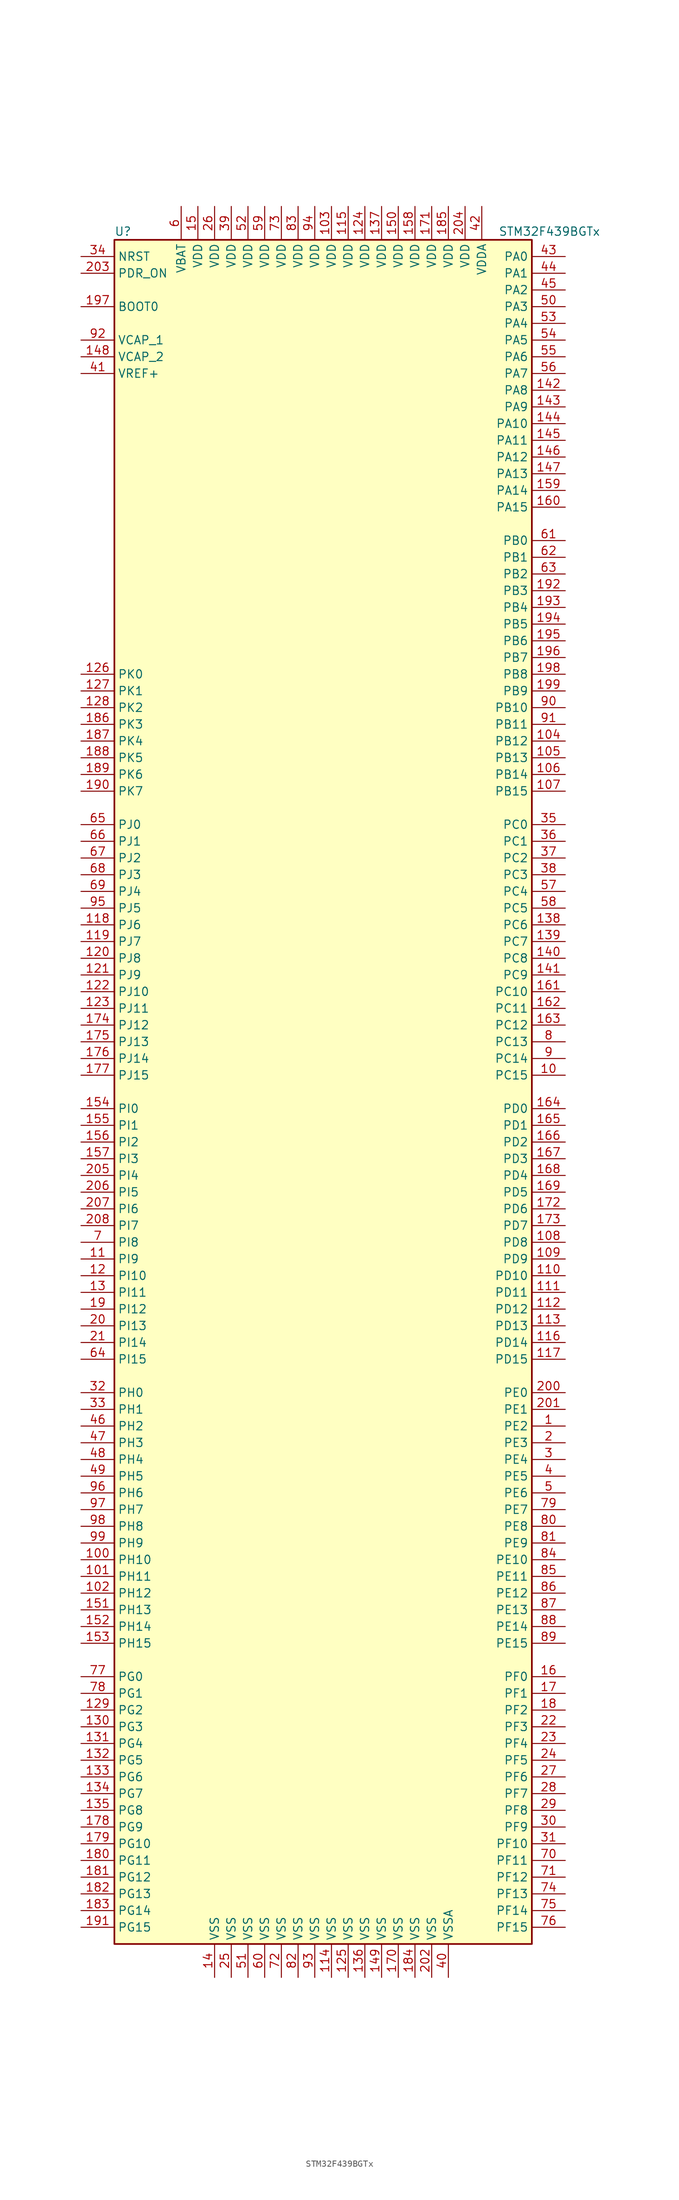
<source format=kicad_sym>
(kicad_symbol_lib
  (version 20201005)
  (generator kicad_symbol_editor)
  (symbol "STM32F439BGTx"
    (property "Reference" "U"
      (at -33.02 130.81 0)
      (effects (font (size 1.27 1.27)) (justify left)))
    (property "Value" "STM32F439BGTx"
      (at 25.4 130.81 0)
      (effects (font (size 1.27 1.27)) (justify left)))
    (symbol "STM32F439BGTx_0_1"
      (rectangle (start -33.02 -129.54) (end 30.48 129.54) (stroke (width 0.254)) (fill (type background))))
    (symbol "STM32F439BGTx_1_1"
      (pin bidirectional line (at 35.56 -50.8 180) (length 5.08) (name "PE2" (effects (font (size 1.27 1.27)))) (number "1" (effects (font (size 1.27 1.27)))))
      (pin bidirectional line (at 35.56 2.54 180) (length 5.08) (name "PC15" (effects (font (size 1.27 1.27)))) (number "10" (effects (font (size 1.27 1.27)))))
      (pin bidirectional line (at -38.1 -71.12 0) (length 5.08) (name "PH10" (effects (font (size 1.27 1.27)))) (number "100" (effects (font (size 1.27 1.27)))))
      (pin bidirectional line (at -38.1 -73.66 0) (length 5.08) (name "PH11" (effects (font (size 1.27 1.27)))) (number "101" (effects (font (size 1.27 1.27)))))
      (pin bidirectional line (at -38.1 -76.2 0) (length 5.08) (name "PH12" (effects (font (size 1.27 1.27)))) (number "102" (effects (font (size 1.27 1.27)))))
      (pin power_in line (at 0 134.62 270) (length 5.08) (name "VDD" (effects (font (size 1.27 1.27)))) (number "103" (effects (font (size 1.27 1.27)))))
      (pin bidirectional line (at 35.56 53.34 180) (length 5.08) (name "PB12" (effects (font (size 1.27 1.27)))) (number "104" (effects (font (size 1.27 1.27)))))
      (pin bidirectional line (at 35.56 50.8 180) (length 5.08) (name "PB13" (effects (font (size 1.27 1.27)))) (number "105" (effects (font (size 1.27 1.27)))))
      (pin bidirectional line (at 35.56 48.26 180) (length 5.08) (name "PB14" (effects (font (size 1.27 1.27)))) (number "106" (effects (font (size 1.27 1.27)))))
      (pin bidirectional line (at 35.56 45.72 180) (length 5.08) (name "PB15" (effects (font (size 1.27 1.27)))) (number "107" (effects (font (size 1.27 1.27)))))
      (pin bidirectional line (at 35.56 -22.86 180) (length 5.08) (name "PD8" (effects (font (size 1.27 1.27)))) (number "108" (effects (font (size 1.27 1.27)))))
      (pin bidirectional line (at 35.56 -25.4 180) (length 5.08) (name "PD9" (effects (font (size 1.27 1.27)))) (number "109" (effects (font (size 1.27 1.27)))))
      (pin bidirectional line (at -38.1 -25.4 0) (length 5.08) (name "PI9" (effects (font (size 1.27 1.27)))) (number "11" (effects (font (size 1.27 1.27)))))
      (pin bidirectional line (at 35.56 -27.94 180) (length 5.08) (name "PD10" (effects (font (size 1.27 1.27)))) (number "110" (effects (font (size 1.27 1.27)))))
      (pin bidirectional line (at 35.56 -30.48 180) (length 5.08) (name "PD11" (effects (font (size 1.27 1.27)))) (number "111" (effects (font (size 1.27 1.27)))))
      (pin bidirectional line (at 35.56 -33.02 180) (length 5.08) (name "PD12" (effects (font (size 1.27 1.27)))) (number "112" (effects (font (size 1.27 1.27)))))
      (pin bidirectional line (at 35.56 -35.56 180) (length 5.08) (name "PD13" (effects (font (size 1.27 1.27)))) (number "113" (effects (font (size 1.27 1.27)))))
      (pin power_in line (at 0 -134.62 90) (length 5.08) (name "VSS" (effects (font (size 1.27 1.27)))) (number "114" (effects (font (size 1.27 1.27)))))
      (pin power_in line (at 2.54 134.62 270) (length 5.08) (name "VDD" (effects (font (size 1.27 1.27)))) (number "115" (effects (font (size 1.27 1.27)))))
      (pin bidirectional line (at 35.56 -38.1 180) (length 5.08) (name "PD14" (effects (font (size 1.27 1.27)))) (number "116" (effects (font (size 1.27 1.27)))))
      (pin bidirectional line (at 35.56 -40.64 180) (length 5.08) (name "PD15" (effects (font (size 1.27 1.27)))) (number "117" (effects (font (size 1.27 1.27)))))
      (pin bidirectional line (at -38.1 25.4 0) (length 5.08) (name "PJ6" (effects (font (size 1.27 1.27)))) (number "118" (effects (font (size 1.27 1.27)))))
      (pin bidirectional line (at -38.1 22.86 0) (length 5.08) (name "PJ7" (effects (font (size 1.27 1.27)))) (number "119" (effects (font (size 1.27 1.27)))))
      (pin bidirectional line (at -38.1 -27.94 0) (length 5.08) (name "PI10" (effects (font (size 1.27 1.27)))) (number "12" (effects (font (size 1.27 1.27)))))
      (pin bidirectional line (at -38.1 20.32 0) (length 5.08) (name "PJ8" (effects (font (size 1.27 1.27)))) (number "120" (effects (font (size 1.27 1.27)))))
      (pin bidirectional line (at -38.1 17.78 0) (length 5.08) (name "PJ9" (effects (font (size 1.27 1.27)))) (number "121" (effects (font (size 1.27 1.27)))))
      (pin bidirectional line (at -38.1 15.24 0) (length 5.08) (name "PJ10" (effects (font (size 1.27 1.27)))) (number "122" (effects (font (size 1.27 1.27)))))
      (pin bidirectional line (at -38.1 12.7 0) (length 5.08) (name "PJ11" (effects (font (size 1.27 1.27)))) (number "123" (effects (font (size 1.27 1.27)))))
      (pin power_in line (at 5.08 134.62 270) (length 5.08) (name "VDD" (effects (font (size 1.27 1.27)))) (number "124" (effects (font (size 1.27 1.27)))))
      (pin power_in line (at 2.54 -134.62 90) (length 5.08) (name "VSS" (effects (font (size 1.27 1.27)))) (number "125" (effects (font (size 1.27 1.27)))))
      (pin bidirectional line (at -38.1 63.5 0) (length 5.08) (name "PK0" (effects (font (size 1.27 1.27)))) (number "126" (effects (font (size 1.27 1.27)))))
      (pin bidirectional line (at -38.1 60.96 0) (length 5.08) (name "PK1" (effects (font (size 1.27 1.27)))) (number "127" (effects (font (size 1.27 1.27)))))
      (pin bidirectional line (at -38.1 58.42 0) (length 5.08) (name "PK2" (effects (font (size 1.27 1.27)))) (number "128" (effects (font (size 1.27 1.27)))))
      (pin bidirectional line (at -38.1 -93.98 0) (length 5.08) (name "PG2" (effects (font (size 1.27 1.27)))) (number "129" (effects (font (size 1.27 1.27)))))
      (pin bidirectional line (at -38.1 -30.48 0) (length 5.08) (name "PI11" (effects (font (size 1.27 1.27)))) (number "13" (effects (font (size 1.27 1.27)))))
      (pin bidirectional line (at -38.1 -96.52 0) (length 5.08) (name "PG3" (effects (font (size 1.27 1.27)))) (number "130" (effects (font (size 1.27 1.27)))))
      (pin bidirectional line (at -38.1 -99.06 0) (length 5.08) (name "PG4" (effects (font (size 1.27 1.27)))) (number "131" (effects (font (size 1.27 1.27)))))
      (pin bidirectional line (at -38.1 -101.6 0) (length 5.08) (name "PG5" (effects (font (size 1.27 1.27)))) (number "132" (effects (font (size 1.27 1.27)))))
      (pin bidirectional line (at -38.1 -104.14 0) (length 5.08) (name "PG6" (effects (font (size 1.27 1.27)))) (number "133" (effects (font (size 1.27 1.27)))))
      (pin bidirectional line (at -38.1 -106.68 0) (length 5.08) (name "PG7" (effects (font (size 1.27 1.27)))) (number "134" (effects (font (size 1.27 1.27)))))
      (pin bidirectional line (at -38.1 -109.22 0) (length 5.08) (name "PG8" (effects (font (size 1.27 1.27)))) (number "135" (effects (font (size 1.27 1.27)))))
      (pin power_in line (at 5.08 -134.62 90) (length 5.08) (name "VSS" (effects (font (size 1.27 1.27)))) (number "136" (effects (font (size 1.27 1.27)))))
      (pin power_in line (at 7.62 134.62 270) (length 5.08) (name "VDD" (effects (font (size 1.27 1.27)))) (number "137" (effects (font (size 1.27 1.27)))))
      (pin bidirectional line (at 35.56 25.4 180) (length 5.08) (name "PC6" (effects (font (size 1.27 1.27)))) (number "138" (effects (font (size 1.27 1.27)))))
      (pin bidirectional line (at 35.56 22.86 180) (length 5.08) (name "PC7" (effects (font (size 1.27 1.27)))) (number "139" (effects (font (size 1.27 1.27)))))
      (pin power_in line (at -17.78 -134.62 90) (length 5.08) (name "VSS" (effects (font (size 1.27 1.27)))) (number "14" (effects (font (size 1.27 1.27)))))
      (pin bidirectional line (at 35.56 20.32 180) (length 5.08) (name "PC8" (effects (font (size 1.27 1.27)))) (number "140" (effects (font (size 1.27 1.27)))))
      (pin bidirectional line (at 35.56 17.78 180) (length 5.08) (name "PC9" (effects (font (size 1.27 1.27)))) (number "141" (effects (font (size 1.27 1.27)))))
      (pin bidirectional line (at 35.56 106.68 180) (length 5.08) (name "PA8" (effects (font (size 1.27 1.27)))) (number "142" (effects (font (size 1.27 1.27)))))
      (pin bidirectional line (at 35.56 104.14 180) (length 5.08) (name "PA9" (effects (font (size 1.27 1.27)))) (number "143" (effects (font (size 1.27 1.27)))))
      (pin bidirectional line (at 35.56 101.6 180) (length 5.08) (name "PA10" (effects (font (size 1.27 1.27)))) (number "144" (effects (font (size 1.27 1.27)))))
      (pin bidirectional line (at 35.56 99.06 180) (length 5.08) (name "PA11" (effects (font (size 1.27 1.27)))) (number "145" (effects (font (size 1.27 1.27)))))
      (pin bidirectional line (at 35.56 96.52 180) (length 5.08) (name "PA12" (effects (font (size 1.27 1.27)))) (number "146" (effects (font (size 1.27 1.27)))))
      (pin bidirectional line (at 35.56 93.98 180) (length 5.08) (name "PA13" (effects (font (size 1.27 1.27)))) (number "147" (effects (font (size 1.27 1.27)))))
      (pin power_in line (at -38.1 111.76 0) (length 5.08) (name "VCAP_2" (effects (font (size 1.27 1.27)))) (number "148" (effects (font (size 1.27 1.27)))))
      (pin power_in line (at 7.62 -134.62 90) (length 5.08) (name "VSS" (effects (font (size 1.27 1.27)))) (number "149" (effects (font (size 1.27 1.27)))))
      (pin power_in line (at -20.32 134.62 270) (length 5.08) (name "VDD" (effects (font (size 1.27 1.27)))) (number "15" (effects (font (size 1.27 1.27)))))
      (pin power_in line (at 10.16 134.62 270) (length 5.08) (name "VDD" (effects (font (size 1.27 1.27)))) (number "150" (effects (font (size 1.27 1.27)))))
      (pin bidirectional line (at -38.1 -78.74 0) (length 5.08) (name "PH13" (effects (font (size 1.27 1.27)))) (number "151" (effects (font (size 1.27 1.27)))))
      (pin bidirectional line (at -38.1 -81.28 0) (length 5.08) (name "PH14" (effects (font (size 1.27 1.27)))) (number "152" (effects (font (size 1.27 1.27)))))
      (pin bidirectional line (at -38.1 -83.82 0) (length 5.08) (name "PH15" (effects (font (size 1.27 1.27)))) (number "153" (effects (font (size 1.27 1.27)))))
      (pin bidirectional line (at -38.1 -2.54 0) (length 5.08) (name "PI0" (effects (font (size 1.27 1.27)))) (number "154" (effects (font (size 1.27 1.27)))))
      (pin bidirectional line (at -38.1 -5.08 0) (length 5.08) (name "PI1" (effects (font (size 1.27 1.27)))) (number "155" (effects (font (size 1.27 1.27)))))
      (pin bidirectional line (at -38.1 -7.62 0) (length 5.08) (name "PI2" (effects (font (size 1.27 1.27)))) (number "156" (effects (font (size 1.27 1.27)))))
      (pin bidirectional line (at -38.1 -10.16 0) (length 5.08) (name "PI3" (effects (font (size 1.27 1.27)))) (number "157" (effects (font (size 1.27 1.27)))))
      (pin power_in line (at 12.7 134.62 270) (length 5.08) (name "VDD" (effects (font (size 1.27 1.27)))) (number "158" (effects (font (size 1.27 1.27)))))
      (pin bidirectional line (at 35.56 91.44 180) (length 5.08) (name "PA14" (effects (font (size 1.27 1.27)))) (number "159" (effects (font (size 1.27 1.27)))))
      (pin bidirectional line (at 35.56 -88.9 180) (length 5.08) (name "PF0" (effects (font (size 1.27 1.27)))) (number "16" (effects (font (size 1.27 1.27)))))
      (pin bidirectional line (at 35.56 88.9 180) (length 5.08) (name "PA15" (effects (font (size 1.27 1.27)))) (number "160" (effects (font (size 1.27 1.27)))))
      (pin bidirectional line (at 35.56 15.24 180) (length 5.08) (name "PC10" (effects (font (size 1.27 1.27)))) (number "161" (effects (font (size 1.27 1.27)))))
      (pin bidirectional line (at 35.56 12.7 180) (length 5.08) (name "PC11" (effects (font (size 1.27 1.27)))) (number "162" (effects (font (size 1.27 1.27)))))
      (pin bidirectional line (at 35.56 10.16 180) (length 5.08) (name "PC12" (effects (font (size 1.27 1.27)))) (number "163" (effects (font (size 1.27 1.27)))))
      (pin bidirectional line (at 35.56 -2.54 180) (length 5.08) (name "PD0" (effects (font (size 1.27 1.27)))) (number "164" (effects (font (size 1.27 1.27)))))
      (pin bidirectional line (at 35.56 -5.08 180) (length 5.08) (name "PD1" (effects (font (size 1.27 1.27)))) (number "165" (effects (font (size 1.27 1.27)))))
      (pin bidirectional line (at 35.56 -7.62 180) (length 5.08) (name "PD2" (effects (font (size 1.27 1.27)))) (number "166" (effects (font (size 1.27 1.27)))))
      (pin bidirectional line (at 35.56 -10.16 180) (length 5.08) (name "PD3" (effects (font (size 1.27 1.27)))) (number "167" (effects (font (size 1.27 1.27)))))
      (pin bidirectional line (at 35.56 -12.7 180) (length 5.08) (name "PD4" (effects (font (size 1.27 1.27)))) (number "168" (effects (font (size 1.27 1.27)))))
      (pin bidirectional line (at 35.56 -15.24 180) (length 5.08) (name "PD5" (effects (font (size 1.27 1.27)))) (number "169" (effects (font (size 1.27 1.27)))))
      (pin bidirectional line (at 35.56 -91.44 180) (length 5.08) (name "PF1" (effects (font (size 1.27 1.27)))) (number "17" (effects (font (size 1.27 1.27)))))
      (pin power_in line (at 10.16 -134.62 90) (length 5.08) (name "VSS" (effects (font (size 1.27 1.27)))) (number "170" (effects (font (size 1.27 1.27)))))
      (pin power_in line (at 15.24 134.62 270) (length 5.08) (name "VDD" (effects (font (size 1.27 1.27)))) (number "171" (effects (font (size 1.27 1.27)))))
      (pin bidirectional line (at 35.56 -17.78 180) (length 5.08) (name "PD6" (effects (font (size 1.27 1.27)))) (number "172" (effects (font (size 1.27 1.27)))))
      (pin bidirectional line (at 35.56 -20.32 180) (length 5.08) (name "PD7" (effects (font (size 1.27 1.27)))) (number "173" (effects (font (size 1.27 1.27)))))
      (pin bidirectional line (at -38.1 10.16 0) (length 5.08) (name "PJ12" (effects (font (size 1.27 1.27)))) (number "174" (effects (font (size 1.27 1.27)))))
      (pin bidirectional line (at -38.1 7.62 0) (length 5.08) (name "PJ13" (effects (font (size 1.27 1.27)))) (number "175" (effects (font (size 1.27 1.27)))))
      (pin bidirectional line (at -38.1 5.08 0) (length 5.08) (name "PJ14" (effects (font (size 1.27 1.27)))) (number "176" (effects (font (size 1.27 1.27)))))
      (pin bidirectional line (at -38.1 2.54 0) (length 5.08) (name "PJ15" (effects (font (size 1.27 1.27)))) (number "177" (effects (font (size 1.27 1.27)))))
      (pin bidirectional line (at -38.1 -111.76 0) (length 5.08) (name "PG9" (effects (font (size 1.27 1.27)))) (number "178" (effects (font (size 1.27 1.27)))))
      (pin bidirectional line (at -38.1 -114.3 0) (length 5.08) (name "PG10" (effects (font (size 1.27 1.27)))) (number "179" (effects (font (size 1.27 1.27)))))
      (pin bidirectional line (at 35.56 -93.98 180) (length 5.08) (name "PF2" (effects (font (size 1.27 1.27)))) (number "18" (effects (font (size 1.27 1.27)))))
      (pin bidirectional line (at -38.1 -116.84 0) (length 5.08) (name "PG11" (effects (font (size 1.27 1.27)))) (number "180" (effects (font (size 1.27 1.27)))))
      (pin bidirectional line (at -38.1 -119.38 0) (length 5.08) (name "PG12" (effects (font (size 1.27 1.27)))) (number "181" (effects (font (size 1.27 1.27)))))
      (pin bidirectional line (at -38.1 -121.92 0) (length 5.08) (name "PG13" (effects (font (size 1.27 1.27)))) (number "182" (effects (font (size 1.27 1.27)))))
      (pin bidirectional line (at -38.1 -124.46 0) (length 5.08) (name "PG14" (effects (font (size 1.27 1.27)))) (number "183" (effects (font (size 1.27 1.27)))))
      (pin power_in line (at 12.7 -134.62 90) (length 5.08) (name "VSS" (effects (font (size 1.27 1.27)))) (number "184" (effects (font (size 1.27 1.27)))))
      (pin power_in line (at 17.78 134.62 270) (length 5.08) (name "VDD" (effects (font (size 1.27 1.27)))) (number "185" (effects (font (size 1.27 1.27)))))
      (pin bidirectional line (at -38.1 55.88 0) (length 5.08) (name "PK3" (effects (font (size 1.27 1.27)))) (number "186" (effects (font (size 1.27 1.27)))))
      (pin bidirectional line (at -38.1 53.34 0) (length 5.08) (name "PK4" (effects (font (size 1.27 1.27)))) (number "187" (effects (font (size 1.27 1.27)))))
      (pin bidirectional line (at -38.1 50.8 0) (length 5.08) (name "PK5" (effects (font (size 1.27 1.27)))) (number "188" (effects (font (size 1.27 1.27)))))
      (pin bidirectional line (at -38.1 48.26 0) (length 5.08) (name "PK6" (effects (font (size 1.27 1.27)))) (number "189" (effects (font (size 1.27 1.27)))))
      (pin bidirectional line (at -38.1 -33.02 0) (length 5.08) (name "PI12" (effects (font (size 1.27 1.27)))) (number "19" (effects (font (size 1.27 1.27)))))
      (pin bidirectional line (at -38.1 45.72 0) (length 5.08) (name "PK7" (effects (font (size 1.27 1.27)))) (number "190" (effects (font (size 1.27 1.27)))))
      (pin bidirectional line (at -38.1 -127 0) (length 5.08) (name "PG15" (effects (font (size 1.27 1.27)))) (number "191" (effects (font (size 1.27 1.27)))))
      (pin bidirectional line (at 35.56 76.2 180) (length 5.08) (name "PB3" (effects (font (size 1.27 1.27)))) (number "192" (effects (font (size 1.27 1.27)))))
      (pin bidirectional line (at 35.56 73.66 180) (length 5.08) (name "PB4" (effects (font (size 1.27 1.27)))) (number "193" (effects (font (size 1.27 1.27)))))
      (pin bidirectional line (at 35.56 71.12 180) (length 5.08) (name "PB5" (effects (font (size 1.27 1.27)))) (number "194" (effects (font (size 1.27 1.27)))))
      (pin bidirectional line (at 35.56 68.58 180) (length 5.08) (name "PB6" (effects (font (size 1.27 1.27)))) (number "195" (effects (font (size 1.27 1.27)))))
      (pin bidirectional line (at 35.56 66.04 180) (length 5.08) (name "PB7" (effects (font (size 1.27 1.27)))) (number "196" (effects (font (size 1.27 1.27)))))
      (pin input line (at -38.1 119.38 0) (length 5.08) (name "BOOT0" (effects (font (size 1.27 1.27)))) (number "197" (effects (font (size 1.27 1.27)))))
      (pin bidirectional line (at 35.56 63.5 180) (length 5.08) (name "PB8" (effects (font (size 1.27 1.27)))) (number "198" (effects (font (size 1.27 1.27)))))
      (pin bidirectional line (at 35.56 60.96 180) (length 5.08) (name "PB9" (effects (font (size 1.27 1.27)))) (number "199" (effects (font (size 1.27 1.27)))))
      (pin bidirectional line (at 35.56 -53.34 180) (length 5.08) (name "PE3" (effects (font (size 1.27 1.27)))) (number "2" (effects (font (size 1.27 1.27)))))
      (pin bidirectional line (at -38.1 -35.56 0) (length 5.08) (name "PI13" (effects (font (size 1.27 1.27)))) (number "20" (effects (font (size 1.27 1.27)))))
      (pin bidirectional line (at 35.56 -45.72 180) (length 5.08) (name "PE0" (effects (font (size 1.27 1.27)))) (number "200" (effects (font (size 1.27 1.27)))))
      (pin bidirectional line (at 35.56 -48.26 180) (length 5.08) (name "PE1" (effects (font (size 1.27 1.27)))) (number "201" (effects (font (size 1.27 1.27)))))
      (pin power_in line (at 15.24 -134.62 90) (length 5.08) (name "VSS" (effects (font (size 1.27 1.27)))) (number "202" (effects (font (size 1.27 1.27)))))
      (pin input line (at -38.1 124.46 0) (length 5.08) (name "PDR_ON" (effects (font (size 1.27 1.27)))) (number "203" (effects (font (size 1.27 1.27)))))
      (pin power_in line (at 20.32 134.62 270) (length 5.08) (name "VDD" (effects (font (size 1.27 1.27)))) (number "204" (effects (font (size 1.27 1.27)))))
      (pin bidirectional line (at -38.1 -12.7 0) (length 5.08) (name "PI4" (effects (font (size 1.27 1.27)))) (number "205" (effects (font (size 1.27 1.27)))))
      (pin bidirectional line (at -38.1 -15.24 0) (length 5.08) (name "PI5" (effects (font (size 1.27 1.27)))) (number "206" (effects (font (size 1.27 1.27)))))
      (pin bidirectional line (at -38.1 -17.78 0) (length 5.08) (name "PI6" (effects (font (size 1.27 1.27)))) (number "207" (effects (font (size 1.27 1.27)))))
      (pin bidirectional line (at -38.1 -20.32 0) (length 5.08) (name "PI7" (effects (font (size 1.27 1.27)))) (number "208" (effects (font (size 1.27 1.27)))))
      (pin bidirectional line (at -38.1 -38.1 0) (length 5.08) (name "PI14" (effects (font (size 1.27 1.27)))) (number "21" (effects (font (size 1.27 1.27)))))
      (pin bidirectional line (at 35.56 -96.52 180) (length 5.08) (name "PF3" (effects (font (size 1.27 1.27)))) (number "22" (effects (font (size 1.27 1.27)))))
      (pin bidirectional line (at 35.56 -99.06 180) (length 5.08) (name "PF4" (effects (font (size 1.27 1.27)))) (number "23" (effects (font (size 1.27 1.27)))))
      (pin bidirectional line (at 35.56 -101.6 180) (length 5.08) (name "PF5" (effects (font (size 1.27 1.27)))) (number "24" (effects (font (size 1.27 1.27)))))
      (pin power_in line (at -15.24 -134.62 90) (length 5.08) (name "VSS" (effects (font (size 1.27 1.27)))) (number "25" (effects (font (size 1.27 1.27)))))
      (pin power_in line (at -17.78 134.62 270) (length 5.08) (name "VDD" (effects (font (size 1.27 1.27)))) (number "26" (effects (font (size 1.27 1.27)))))
      (pin bidirectional line (at 35.56 -104.14 180) (length 5.08) (name "PF6" (effects (font (size 1.27 1.27)))) (number "27" (effects (font (size 1.27 1.27)))))
      (pin bidirectional line (at 35.56 -106.68 180) (length 5.08) (name "PF7" (effects (font (size 1.27 1.27)))) (number "28" (effects (font (size 1.27 1.27)))))
      (pin bidirectional line (at 35.56 -109.22 180) (length 5.08) (name "PF8" (effects (font (size 1.27 1.27)))) (number "29" (effects (font (size 1.27 1.27)))))
      (pin bidirectional line (at 35.56 -55.88 180) (length 5.08) (name "PE4" (effects (font (size 1.27 1.27)))) (number "3" (effects (font (size 1.27 1.27)))))
      (pin bidirectional line (at 35.56 -111.76 180) (length 5.08) (name "PF9" (effects (font (size 1.27 1.27)))) (number "30" (effects (font (size 1.27 1.27)))))
      (pin bidirectional line (at 35.56 -114.3 180) (length 5.08) (name "PF10" (effects (font (size 1.27 1.27)))) (number "31" (effects (font (size 1.27 1.27)))))
      (pin input line (at -38.1 -45.72 0) (length 5.08) (name "PH0" (effects (font (size 1.27 1.27)))) (number "32" (effects (font (size 1.27 1.27)))))
      (pin input line (at -38.1 -48.26 0) (length 5.08) (name "PH1" (effects (font (size 1.27 1.27)))) (number "33" (effects (font (size 1.27 1.27)))))
      (pin input line (at -38.1 127 0) (length 5.08) (name "NRST" (effects (font (size 1.27 1.27)))) (number "34" (effects (font (size 1.27 1.27)))))
      (pin bidirectional line (at 35.56 40.64 180) (length 5.08) (name "PC0" (effects (font (size 1.27 1.27)))) (number "35" (effects (font (size 1.27 1.27)))))
      (pin bidirectional line (at 35.56 38.1 180) (length 5.08) (name "PC1" (effects (font (size 1.27 1.27)))) (number "36" (effects (font (size 1.27 1.27)))))
      (pin bidirectional line (at 35.56 35.56 180) (length 5.08) (name "PC2" (effects (font (size 1.27 1.27)))) (number "37" (effects (font (size 1.27 1.27)))))
      (pin bidirectional line (at 35.56 33.02 180) (length 5.08) (name "PC3" (effects (font (size 1.27 1.27)))) (number "38" (effects (font (size 1.27 1.27)))))
      (pin power_in line (at -15.24 134.62 270) (length 5.08) (name "VDD" (effects (font (size 1.27 1.27)))) (number "39" (effects (font (size 1.27 1.27)))))
      (pin bidirectional line (at 35.56 -58.42 180) (length 5.08) (name "PE5" (effects (font (size 1.27 1.27)))) (number "4" (effects (font (size 1.27 1.27)))))
      (pin power_in line (at 17.78 -134.62 90) (length 5.08) (name "VSSA" (effects (font (size 1.27 1.27)))) (number "40" (effects (font (size 1.27 1.27)))))
      (pin power_in line (at -38.1 109.22 0) (length 5.08) (name "VREF+" (effects (font (size 1.27 1.27)))) (number "41" (effects (font (size 1.27 1.27)))))
      (pin power_in line (at 22.86 134.62 270) (length 5.08) (name "VDDA" (effects (font (size 1.27 1.27)))) (number "42" (effects (font (size 1.27 1.27)))))
      (pin bidirectional line (at 35.56 127 180) (length 5.08) (name "PA0" (effects (font (size 1.27 1.27)))) (number "43" (effects (font (size 1.27 1.27)))))
      (pin bidirectional line (at 35.56 124.46 180) (length 5.08) (name "PA1" (effects (font (size 1.27 1.27)))) (number "44" (effects (font (size 1.27 1.27)))))
      (pin bidirectional line (at 35.56 121.92 180) (length 5.08) (name "PA2" (effects (font (size 1.27 1.27)))) (number "45" (effects (font (size 1.27 1.27)))))
      (pin bidirectional line (at -38.1 -50.8 0) (length 5.08) (name "PH2" (effects (font (size 1.27 1.27)))) (number "46" (effects (font (size 1.27 1.27)))))
      (pin bidirectional line (at -38.1 -53.34 0) (length 5.08) (name "PH3" (effects (font (size 1.27 1.27)))) (number "47" (effects (font (size 1.27 1.27)))))
      (pin bidirectional line (at -38.1 -55.88 0) (length 5.08) (name "PH4" (effects (font (size 1.27 1.27)))) (number "48" (effects (font (size 1.27 1.27)))))
      (pin bidirectional line (at -38.1 -58.42 0) (length 5.08) (name "PH5" (effects (font (size 1.27 1.27)))) (number "49" (effects (font (size 1.27 1.27)))))
      (pin bidirectional line (at 35.56 -60.96 180) (length 5.08) (name "PE6" (effects (font (size 1.27 1.27)))) (number "5" (effects (font (size 1.27 1.27)))))
      (pin bidirectional line (at 35.56 119.38 180) (length 5.08) (name "PA3" (effects (font (size 1.27 1.27)))) (number "50" (effects (font (size 1.27 1.27)))))
      (pin power_in line (at -12.7 -134.62 90) (length 5.08) (name "VSS" (effects (font (size 1.27 1.27)))) (number "51" (effects (font (size 1.27 1.27)))))
      (pin power_in line (at -12.7 134.62 270) (length 5.08) (name "VDD" (effects (font (size 1.27 1.27)))) (number "52" (effects (font (size 1.27 1.27)))))
      (pin bidirectional line (at 35.56 116.84 180) (length 5.08) (name "PA4" (effects (font (size 1.27 1.27)))) (number "53" (effects (font (size 1.27 1.27)))))
      (pin bidirectional line (at 35.56 114.3 180) (length 5.08) (name "PA5" (effects (font (size 1.27 1.27)))) (number "54" (effects (font (size 1.27 1.27)))))
      (pin bidirectional line (at 35.56 111.76 180) (length 5.08) (name "PA6" (effects (font (size 1.27 1.27)))) (number "55" (effects (font (size 1.27 1.27)))))
      (pin bidirectional line (at 35.56 109.22 180) (length 5.08) (name "PA7" (effects (font (size 1.27 1.27)))) (number "56" (effects (font (size 1.27 1.27)))))
      (pin bidirectional line (at 35.56 30.48 180) (length 5.08) (name "PC4" (effects (font (size 1.27 1.27)))) (number "57" (effects (font (size 1.27 1.27)))))
      (pin bidirectional line (at 35.56 27.94 180) (length 5.08) (name "PC5" (effects (font (size 1.27 1.27)))) (number "58" (effects (font (size 1.27 1.27)))))
      (pin power_in line (at -10.16 134.62 270) (length 5.08) (name "VDD" (effects (font (size 1.27 1.27)))) (number "59" (effects (font (size 1.27 1.27)))))
      (pin power_in line (at -22.86 134.62 270) (length 5.08) (name "VBAT" (effects (font (size 1.27 1.27)))) (number "6" (effects (font (size 1.27 1.27)))))
      (pin power_in line (at -10.16 -134.62 90) (length 5.08) (name "VSS" (effects (font (size 1.27 1.27)))) (number "60" (effects (font (size 1.27 1.27)))))
      (pin bidirectional line (at 35.56 83.82 180) (length 5.08) (name "PB0" (effects (font (size 1.27 1.27)))) (number "61" (effects (font (size 1.27 1.27)))))
      (pin bidirectional line (at 35.56 81.28 180) (length 5.08) (name "PB1" (effects (font (size 1.27 1.27)))) (number "62" (effects (font (size 1.27 1.27)))))
      (pin bidirectional line (at 35.56 78.74 180) (length 5.08) (name "PB2" (effects (font (size 1.27 1.27)))) (number "63" (effects (font (size 1.27 1.27)))))
      (pin bidirectional line (at -38.1 -40.64 0) (length 5.08) (name "PI15" (effects (font (size 1.27 1.27)))) (number "64" (effects (font (size 1.27 1.27)))))
      (pin bidirectional line (at -38.1 40.64 0) (length 5.08) (name "PJ0" (effects (font (size 1.27 1.27)))) (number "65" (effects (font (size 1.27 1.27)))))
      (pin bidirectional line (at -38.1 38.1 0) (length 5.08) (name "PJ1" (effects (font (size 1.27 1.27)))) (number "66" (effects (font (size 1.27 1.27)))))
      (pin bidirectional line (at -38.1 35.56 0) (length 5.08) (name "PJ2" (effects (font (size 1.27 1.27)))) (number "67" (effects (font (size 1.27 1.27)))))
      (pin bidirectional line (at -38.1 33.02 0) (length 5.08) (name "PJ3" (effects (font (size 1.27 1.27)))) (number "68" (effects (font (size 1.27 1.27)))))
      (pin bidirectional line (at -38.1 30.48 0) (length 5.08) (name "PJ4" (effects (font (size 1.27 1.27)))) (number "69" (effects (font (size 1.27 1.27)))))
      (pin bidirectional line (at -38.1 -22.86 0) (length 5.08) (name "PI8" (effects (font (size 1.27 1.27)))) (number "7" (effects (font (size 1.27 1.27)))))
      (pin bidirectional line (at 35.56 -116.84 180) (length 5.08) (name "PF11" (effects (font (size 1.27 1.27)))) (number "70" (effects (font (size 1.27 1.27)))))
      (pin bidirectional line (at 35.56 -119.38 180) (length 5.08) (name "PF12" (effects (font (size 1.27 1.27)))) (number "71" (effects (font (size 1.27 1.27)))))
      (pin power_in line (at -7.62 -134.62 90) (length 5.08) (name "VSS" (effects (font (size 1.27 1.27)))) (number "72" (effects (font (size 1.27 1.27)))))
      (pin power_in line (at -7.62 134.62 270) (length 5.08) (name "VDD" (effects (font (size 1.27 1.27)))) (number "73" (effects (font (size 1.27 1.27)))))
      (pin bidirectional line (at 35.56 -121.92 180) (length 5.08) (name "PF13" (effects (font (size 1.27 1.27)))) (number "74" (effects (font (size 1.27 1.27)))))
      (pin bidirectional line (at 35.56 -124.46 180) (length 5.08) (name "PF14" (effects (font (size 1.27 1.27)))) (number "75" (effects (font (size 1.27 1.27)))))
      (pin bidirectional line (at 35.56 -127 180) (length 5.08) (name "PF15" (effects (font (size 1.27 1.27)))) (number "76" (effects (font (size 1.27 1.27)))))
      (pin bidirectional line (at -38.1 -88.9 0) (length 5.08) (name "PG0" (effects (font (size 1.27 1.27)))) (number "77" (effects (font (size 1.27 1.27)))))
      (pin bidirectional line (at -38.1 -91.44 0) (length 5.08) (name "PG1" (effects (font (size 1.27 1.27)))) (number "78" (effects (font (size 1.27 1.27)))))
      (pin bidirectional line (at 35.56 -63.5 180) (length 5.08) (name "PE7" (effects (font (size 1.27 1.27)))) (number "79" (effects (font (size 1.27 1.27)))))
      (pin bidirectional line (at 35.56 7.62 180) (length 5.08) (name "PC13" (effects (font (size 1.27 1.27)))) (number "8" (effects (font (size 1.27 1.27)))))
      (pin bidirectional line (at 35.56 -66.04 180) (length 5.08) (name "PE8" (effects (font (size 1.27 1.27)))) (number "80" (effects (font (size 1.27 1.27)))))
      (pin bidirectional line (at 35.56 -68.58 180) (length 5.08) (name "PE9" (effects (font (size 1.27 1.27)))) (number "81" (effects (font (size 1.27 1.27)))))
      (pin power_in line (at -5.08 -134.62 90) (length 5.08) (name "VSS" (effects (font (size 1.27 1.27)))) (number "82" (effects (font (size 1.27 1.27)))))
      (pin power_in line (at -5.08 134.62 270) (length 5.08) (name "VDD" (effects (font (size 1.27 1.27)))) (number "83" (effects (font (size 1.27 1.27)))))
      (pin bidirectional line (at 35.56 -71.12 180) (length 5.08) (name "PE10" (effects (font (size 1.27 1.27)))) (number "84" (effects (font (size 1.27 1.27)))))
      (pin bidirectional line (at 35.56 -73.66 180) (length 5.08) (name "PE11" (effects (font (size 1.27 1.27)))) (number "85" (effects (font (size 1.27 1.27)))))
      (pin bidirectional line (at 35.56 -76.2 180) (length 5.08) (name "PE12" (effects (font (size 1.27 1.27)))) (number "86" (effects (font (size 1.27 1.27)))))
      (pin bidirectional line (at 35.56 -78.74 180) (length 5.08) (name "PE13" (effects (font (size 1.27 1.27)))) (number "87" (effects (font (size 1.27 1.27)))))
      (pin bidirectional line (at 35.56 -81.28 180) (length 5.08) (name "PE14" (effects (font (size 1.27 1.27)))) (number "88" (effects (font (size 1.27 1.27)))))
      (pin bidirectional line (at 35.56 -83.82 180) (length 5.08) (name "PE15" (effects (font (size 1.27 1.27)))) (number "89" (effects (font (size 1.27 1.27)))))
      (pin bidirectional line (at 35.56 5.08 180) (length 5.08) (name "PC14" (effects (font (size 1.27 1.27)))) (number "9" (effects (font (size 1.27 1.27)))))
      (pin bidirectional line (at 35.56 58.42 180) (length 5.08) (name "PB10" (effects (font (size 1.27 1.27)))) (number "90" (effects (font (size 1.27 1.27)))))
      (pin bidirectional line (at 35.56 55.88 180) (length 5.08) (name "PB11" (effects (font (size 1.27 1.27)))) (number "91" (effects (font (size 1.27 1.27)))))
      (pin power_in line (at -38.1 114.3 0) (length 5.08) (name "VCAP_1" (effects (font (size 1.27 1.27)))) (number "92" (effects (font (size 1.27 1.27)))))
      (pin power_in line (at -2.54 -134.62 90) (length 5.08) (name "VSS" (effects (font (size 1.27 1.27)))) (number "93" (effects (font (size 1.27 1.27)))))
      (pin power_in line (at -2.54 134.62 270) (length 5.08) (name "VDD" (effects (font (size 1.27 1.27)))) (number "94" (effects (font (size 1.27 1.27)))))
      (pin bidirectional line (at -38.1 27.94 0) (length 5.08) (name "PJ5" (effects (font (size 1.27 1.27)))) (number "95" (effects (font (size 1.27 1.27)))))
      (pin bidirectional line (at -38.1 -60.96 0) (length 5.08) (name "PH6" (effects (font (size 1.27 1.27)))) (number "96" (effects (font (size 1.27 1.27)))))
      (pin bidirectional line (at -38.1 -63.5 0) (length 5.08) (name "PH7" (effects (font (size 1.27 1.27)))) (number "97" (effects (font (size 1.27 1.27)))))
      (pin bidirectional line (at -38.1 -66.04 0) (length 5.08) (name "PH8" (effects (font (size 1.27 1.27)))) (number "98" (effects (font (size 1.27 1.27)))))
      (pin bidirectional line (at -38.1 -68.58 0) (length 5.08) (name "PH9" (effects (font (size 1.27 1.27)))) (number "99" (effects (font (size 1.27 1.27))))))))
</source>
